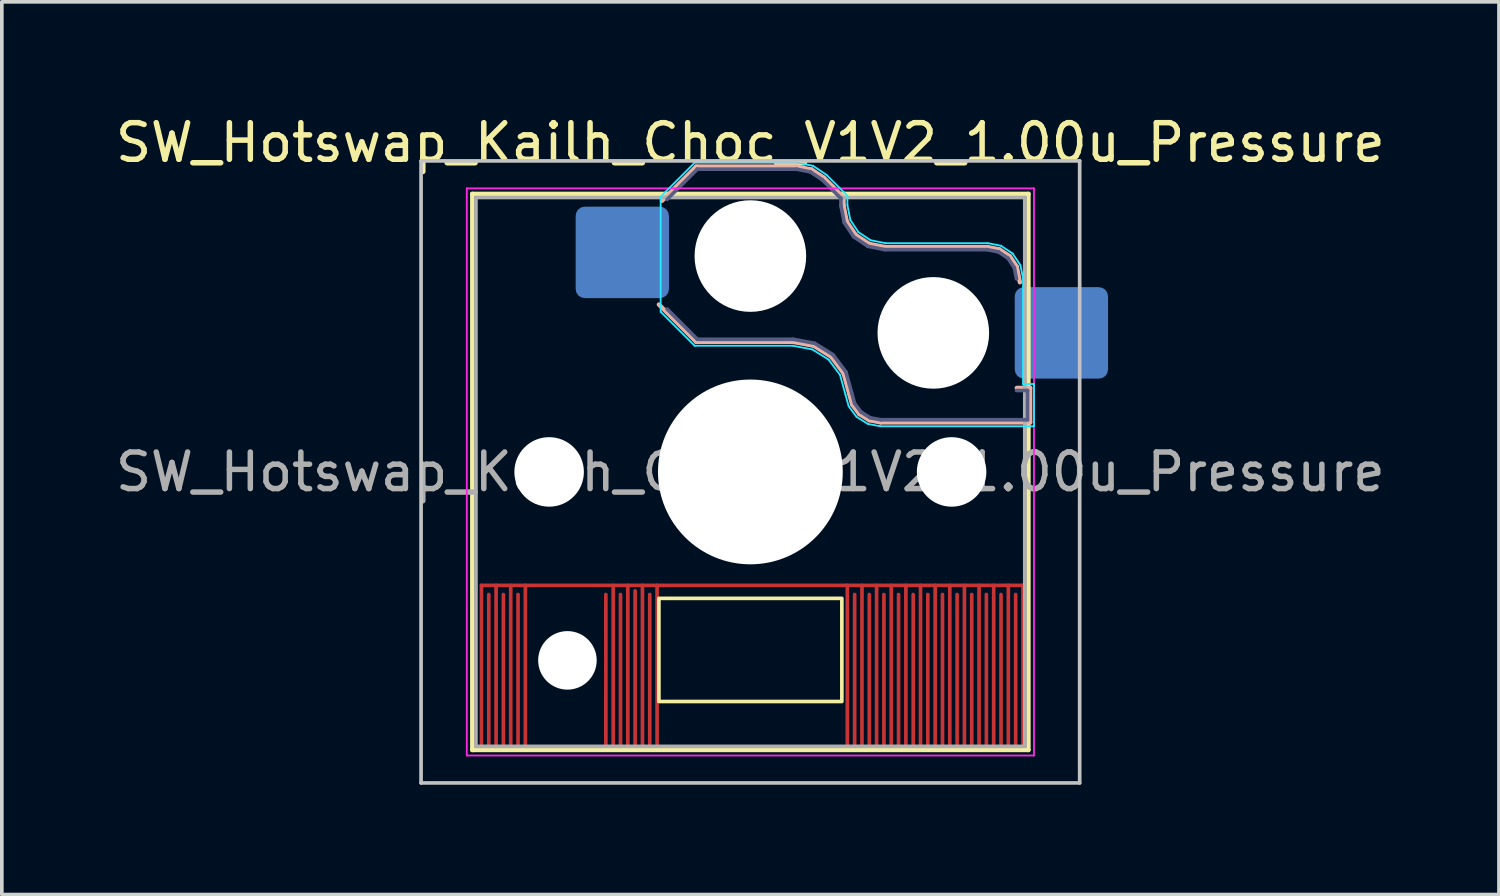
<source format=kicad_pcb>
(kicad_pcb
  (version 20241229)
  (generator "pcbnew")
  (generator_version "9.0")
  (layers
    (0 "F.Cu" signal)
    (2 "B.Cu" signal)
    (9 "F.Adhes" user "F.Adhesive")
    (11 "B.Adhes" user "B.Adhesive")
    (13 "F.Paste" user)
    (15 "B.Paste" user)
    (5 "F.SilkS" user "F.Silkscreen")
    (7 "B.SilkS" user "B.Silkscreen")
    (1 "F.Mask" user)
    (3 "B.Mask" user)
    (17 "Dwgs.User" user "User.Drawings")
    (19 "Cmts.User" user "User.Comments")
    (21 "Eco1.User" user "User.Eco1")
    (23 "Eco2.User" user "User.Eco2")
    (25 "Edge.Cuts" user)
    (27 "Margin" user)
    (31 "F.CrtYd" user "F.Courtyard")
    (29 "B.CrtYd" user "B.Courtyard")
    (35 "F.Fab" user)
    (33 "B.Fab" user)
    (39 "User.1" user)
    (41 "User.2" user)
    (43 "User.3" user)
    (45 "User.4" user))
  (footprint "SW_Hotswap_Kailh_Choc_V1V2_1.00u_Pressure"
    (layer "F.Cu")
    (at 17.458 9.848)
    (property "Reference" "SW_Hotswap_Kailh_Choc_V1V2_1.00u_Pressure" (at 0 -9 0) (layer "F.SilkS") (effects (font (size 1 1) (thickness 0.15))))
    (attr smd)
    (fp_line (start -7.55 3.35) (end -7.55 7.6) (stroke (width 0.1) (type solid)) (layer "F.Cu"))
    (fp_line (start -7.35 3.1) (end -7.35 7.45) (stroke (width 0.1) (type solid)) (layer "F.Cu"))
    (fp_line (start -7.15 3.35) (end -7.15 7.6) (stroke (width 0.1) (type solid)) (layer "F.Cu"))
    (fp_line (start -6.95 3.1) (end -6.95 7.45) (stroke (width 0.1) (type solid)) (layer "F.Cu"))
    (fp_line (start -6.75 3.35) (end -6.75 7.6) (stroke (width 0.1) (type solid)) (layer "F.Cu"))
    (fp_line (start -6.55 3.1) (end -6.55 7.45) (stroke (width 0.1) (type solid)) (layer "F.Cu"))
    (fp_line (start -6.35 3.35) (end -6.35 7.6) (stroke (width 0.1) (type solid)) (layer "F.Cu"))
    (fp_line (start -6.15 3.1) (end -6.15 7.45) (stroke (width 0.1) (type solid)) (layer "F.Cu"))
    (fp_line (start -3.95 3.35) (end -3.95 7.6) (stroke (width 0.1) (type solid)) (layer "F.Cu"))
    (fp_line (start -3.75 3.1) (end -3.75 7.45) (stroke (width 0.1) (type solid)) (layer "F.Cu"))
    (fp_line (start -3.55 3.35) (end -3.55 7.6) (stroke (width 0.1) (type solid)) (layer "F.Cu"))
    (fp_line (start -3.35 3.1) (end -3.35 7.45) (stroke (width 0.1) (type solid)) (layer "F.Cu"))
    (fp_line (start -3.15 3.25) (end -3.15 7.6) (stroke (width 0.1) (type solid)) (layer "F.Cu"))
    (fp_line (start -2.95 3.1) (end -2.95 7.45) (stroke (width 0.1) (type solid)) (layer "F.Cu"))
    (fp_line (start -2.75 3.35) (end -2.75 7.6) (stroke (width 0.1) (type solid)) (layer "F.Cu"))
    (fp_line (start -2.55 3.1) (end -2.55 7.45) (stroke (width 0.1) (type solid)) (layer "F.Cu"))
    (fp_line (start 2.65 3.1) (end 2.65 7.45) (stroke (width 0.1) (type solid)) (layer "F.Cu"))
    (fp_line (start 2.85 3.35) (end 2.85 7.6) (stroke (width 0.1) (type solid)) (layer "F.Cu"))
    (fp_line (start 3.05 3.1) (end 3.05 7.45) (stroke (width 0.1) (type solid)) (layer "F.Cu"))
    (fp_line (start 3.25 3.35) (end 3.25 7.6) (stroke (width 0.1) (type solid)) (layer "F.Cu"))
    (fp_line (start 3.45 3.1) (end 3.45 7.45) (stroke (width 0.1) (type solid)) (layer "F.Cu"))
    (fp_line (start 3.65 3.35) (end 3.65 7.6) (stroke (width 0.1) (type solid)) (layer "F.Cu"))
    (fp_line (start 3.85 3.1) (end 3.85 7.45) (stroke (width 0.1) (type solid)) (layer "F.Cu"))
    (fp_line (start 4.05 3.35) (end 4.05 7.6) (stroke (width 0.1) (type solid)) (layer "F.Cu"))
    (fp_line (start 4.25 3.1) (end 4.25 7.45) (stroke (width 0.1) (type solid)) (layer "F.Cu"))
    (fp_line (start 4.45 3.35) (end 4.45 7.6) (stroke (width 0.1) (type solid)) (layer "F.Cu"))
    (fp_line (start 4.65 3.1) (end 4.65 7.45) (stroke (width 0.1) (type solid)) (layer "F.Cu"))
    (fp_line (start 4.85 3.35) (end 4.85 7.6) (stroke (width 0.1) (type solid)) (layer "F.Cu"))
    (fp_line (start 5.05 3.1) (end 5.05 7.45) (stroke (width 0.1) (type solid)) (layer "F.Cu"))
    (fp_line (start 5.25 3.35) (end 5.25 7.6) (stroke (width 0.1) (type solid)) (layer "F.Cu"))
    (fp_line (start 5.45 3.1) (end 5.45 7.45) (stroke (width 0.1) (type solid)) (layer "F.Cu"))
    (fp_line (start 5.65 3.35) (end 5.65 7.6) (stroke (width 0.1) (type solid)) (layer "F.Cu"))
    (fp_line (start 5.85 3.1) (end 5.85 7.45) (stroke (width 0.1) (type solid)) (layer "F.Cu"))
    (fp_line (start 6.05 3.35) (end 6.05 7.6) (stroke (width 0.1) (type solid)) (layer "F.Cu"))
    (fp_line (start 6.25 3.1) (end 6.25 7.45) (stroke (width 0.1) (type solid)) (layer "F.Cu"))
    (fp_line (start 6.45 3.35) (end 6.45 7.6) (stroke (width 0.1) (type solid)) (layer "F.Cu"))
    (fp_line (start 6.65 3.1) (end 6.65 7.45) (stroke (width 0.1) (type solid)) (layer "F.Cu"))
    (fp_line (start 6.85 3.35) (end 6.85 7.6) (stroke (width 0.1) (type solid)) (layer "F.Cu"))
    (fp_line (start 7.05 3.1) (end 7.05 7.45) (stroke (width 0.1) (type solid)) (layer "F.Cu"))
    (fp_line (start 7.25 3.35) (end 7.25 7.6) (stroke (width 0.1) (type solid)) (layer "F.Cu"))
    (fp_line (start 7.25 7.6) (end -7.55 7.6) (stroke (width 0.1) (type solid)) (layer "F.Cu"))
    (fp_line (start 7.45 3.1) (end -7.35 3.1) (stroke (width 0.1) (type solid)) (layer "F.Cu"))
    (fp_line (start 7.45 3.1) (end 7.45 7.45) (stroke (width 0.1) (type solid)) (layer "F.Cu"))
    (fp_rect (start -7.55 3.1) (end 7.45 7.55) (stroke (width 0.1) (type solid)) (fill yes) (layer "F.Mask"))
    (fp_line (start -7.6 -7.6) (end -7.6 7.6) (stroke (width 0.12) (type solid)) (layer "F.SilkS"))
    (fp_line (start -7.6 7.6) (end 7.6 7.6) (stroke (width 0.12) (type solid)) (layer "F.SilkS"))
    (fp_line (start 7.6 -7.6) (end -7.6 -7.6) (stroke (width 0.12) (type solid)) (layer "F.SilkS"))
    (fp_line (start 7.6 7.6) (end 7.6 -7.6) (stroke (width 0.12) (type solid)) (layer "F.SilkS"))
    (fp_rect (start -2.5 3.455) (end 2.5 6.275) (stroke (width 0.1) (type solid)) (fill no) (layer "F.SilkS"))
    (fp_line (start -2.416 -7.409) (end -1.479 -8.346) (stroke (width 0.12) (type solid)) (layer "B.SilkS"))
    (fp_line (start -1.479 -8.346) (end 1.268 -8.346) (stroke (width 0.12) (type solid)) (layer "B.SilkS"))
    (fp_line (start -1.479 -3.554) (end -2.5 -4.575) (stroke (width 0.12) (type solid)) (layer "B.SilkS"))
    (fp_line (start 1.168 -3.554) (end -1.479 -3.554) (stroke (width 0.12) (type solid)) (layer "B.SilkS"))
    (fp_line (start 1.268 -8.346) (end 1.671 -8.266) (stroke (width 0.12) (type solid)) (layer "B.SilkS"))
    (fp_line (start 1.671 -8.266) (end 2.013 -8.037) (stroke (width 0.12) (type solid)) (layer "B.SilkS"))
    (fp_line (start 1.73 -3.449) (end 1.168 -3.554) (stroke (width 0.12) (type solid)) (layer "B.SilkS"))
    (fp_line (start 2.013 -8.037) (end 2.546 -7.504) (stroke (width 0.12) (type solid)) (layer "B.SilkS"))
    (fp_line (start 2.209 -3.15) (end 1.73 -3.449) (stroke (width 0.12) (type solid)) (layer "B.SilkS"))
    (fp_line (start 2.546 -7.504) (end 2.546 -7.282) (stroke (width 0.12) (type solid)) (layer "B.SilkS"))
    (fp_line (start 2.546 -7.282) (end 2.633 -6.844) (stroke (width 0.12) (type solid)) (layer "B.SilkS"))
    (fp_line (start 2.547 -2.697) (end 2.209 -3.15) (stroke (width 0.12) (type solid)) (layer "B.SilkS"))
    (fp_line (start 2.633 -6.844) (end 2.877 -6.477) (stroke (width 0.12) (type solid)) (layer "B.SilkS"))
    (fp_line (start 2.701 -2.139) (end 2.547 -2.697) (stroke (width 0.12) (type solid)) (layer "B.SilkS"))
    (fp_line (start 2.783 -1.841) (end 2.701 -2.139) (stroke (width 0.12) (type solid)) (layer "B.SilkS"))
    (fp_line (start 2.877 -6.477) (end 3.244 -6.233) (stroke (width 0.12) (type solid)) (layer "B.SilkS"))
    (fp_line (start 2.976 -1.583) (end 2.783 -1.841) (stroke (width 0.12) (type solid)) (layer "B.SilkS"))
    (fp_line (start 3.244 -6.233) (end 3.682 -6.146) (stroke (width 0.12) (type solid)) (layer "B.SilkS"))
    (fp_line (start 3.25 -1.413) (end 2.976 -1.583) (stroke (width 0.12) (type solid)) (layer "B.SilkS"))
    (fp_line (start 3.56 -1.354) (end 3.25 -1.413) (stroke (width 0.12) (type solid)) (layer "B.SilkS"))
    (fp_line (start 3.682 -6.146) (end 6.482 -6.146) (stroke (width 0.12) (type solid)) (layer "B.SilkS"))
    (fp_line (start 6.482 -6.146) (end 6.809 -6.081) (stroke (width 0.12) (type solid)) (layer "B.SilkS"))
    (fp_line (start 6.809 -6.081) (end 7.092 -5.892) (stroke (width 0.12) (type solid)) (layer "B.SilkS"))
    (fp_line (start 7.092 -5.892) (end 7.281 -5.609) (stroke (width 0.12) (type solid)) (layer "B.SilkS"))
    (fp_line (start 7.281 -5.609) (end 7.366 -5.182) (stroke (width 0.12) (type solid)) (layer "B.SilkS"))
    (fp_line (start 7.283 -2.296) (end 7.646 -2.296) (stroke (width 0.12) (type solid)) (layer "B.SilkS"))
    (fp_line (start 7.646 -2.296) (end 7.646 -1.354) (stroke (width 0.12) (type solid)) (layer "B.SilkS"))
    (fp_line (start 7.646 -1.354) (end 3.56 -1.354) (stroke (width 0.12) (type solid)) (layer "B.SilkS"))
    (fp_line (start -9 -8.5) (end -9 8.5) (stroke (width 0.1) (type solid)) (layer "Dwgs.User"))
    (fp_line (start -9 8.5) (end 9 8.5) (stroke (width 0.1) (type solid)) (layer "Dwgs.User"))
    (fp_line (start 9 -8.5) (end -9 -8.5) (stroke (width 0.1) (type solid)) (layer "Dwgs.User"))
    (fp_line (start 9 8.5) (end 9 -8.5) (stroke (width 0.1) (type solid)) (layer "Dwgs.User"))
    (fp_line (start -7.25 -7.25) (end -7.25 7.25) (stroke (width 0.1) (type solid)) (layer "Eco1.User"))
    (fp_line (start -7.25 7.25) (end 7.25 7.25) (stroke (width 0.1) (type solid)) (layer "Eco1.User"))
    (fp_line (start 7.25 -7.25) (end -7.25 -7.25) (stroke (width 0.1) (type solid)) (layer "Eco1.User"))
    (fp_line (start 7.25 7.25) (end 7.25 -7.25) (stroke (width 0.1) (type solid)) (layer "Eco1.User"))
    (fp_line (start -2.452 -7.523) (end -1.523 -8.452) (stroke (width 0.05) (type solid)) (layer "B.CrtYd"))
    (fp_line (start -2.452 -4.377) (end -2.452 -7.523) (stroke (width 0.05) (type solid)) (layer "B.CrtYd"))
    (fp_line (start -1.523 -8.452) (end 1.278 -8.452) (stroke (width 0.05) (type solid)) (layer "B.CrtYd"))
    (fp_line (start -1.523 -3.448) (end -2.452 -4.377) (stroke (width 0.05) (type solid)) (layer "B.CrtYd"))
    (fp_line (start 1.159 -3.448) (end -1.523 -3.448) (stroke (width 0.05) (type solid)) (layer "B.CrtYd"))
    (fp_line (start 1.278 -8.452) (end 1.712 -8.366) (stroke (width 0.05) (type solid)) (layer "B.CrtYd"))
    (fp_line (start 1.691 -3.348) (end 1.159 -3.448) (stroke (width 0.05) (type solid)) (layer "B.CrtYd"))
    (fp_line (start 1.712 -8.366) (end 2.081 -8.119) (stroke (width 0.05) (type solid)) (layer "B.CrtYd"))
    (fp_line (start 2.081 -8.119) (end 2.652 -7.548) (stroke (width 0.05) (type solid)) (layer "B.CrtYd"))
    (fp_line (start 2.136 -3.071) (end 1.691 -3.348) (stroke (width 0.05) (type solid)) (layer "B.CrtYd"))
    (fp_line (start 2.45 -2.65) (end 2.136 -3.071) (stroke (width 0.05) (type solid)) (layer "B.CrtYd"))
    (fp_line (start 2.599 -2.111) (end 2.45 -2.65) (stroke (width 0.05) (type solid)) (layer "B.CrtYd"))
    (fp_line (start 2.652 -7.548) (end 2.652 -7.292) (stroke (width 0.05) (type solid)) (layer "B.CrtYd"))
    (fp_line (start 2.652 -7.292) (end 2.733 -6.885) (stroke (width 0.05) (type solid)) (layer "B.CrtYd"))
    (fp_line (start 2.687 -1.794) (end 2.599 -2.111) (stroke (width 0.05) (type solid)) (layer "B.CrtYd"))
    (fp_line (start 2.733 -6.885) (end 2.953 -6.553) (stroke (width 0.05) (type solid)) (layer "B.CrtYd"))
    (fp_line (start 2.903 -1.503) (end 2.687 -1.794) (stroke (width 0.05) (type solid)) (layer "B.CrtYd"))
    (fp_line (start 2.953 -6.553) (end 3.285 -6.333) (stroke (width 0.05) (type solid)) (layer "B.CrtYd"))
    (fp_line (start 3.211 -1.312) (end 2.903 -1.503) (stroke (width 0.05) (type solid)) (layer "B.CrtYd"))
    (fp_line (start 3.285 -6.333) (end 3.692 -6.252) (stroke (width 0.05) (type solid)) (layer "B.CrtYd"))
    (fp_line (start 3.55 -1.248) (end 3.211 -1.312) (stroke (width 0.05) (type solid)) (layer "B.CrtYd"))
    (fp_line (start 3.692 -6.252) (end 6.492 -6.252) (stroke (width 0.05) (type solid)) (layer "B.CrtYd"))
    (fp_line (start 6.492 -6.252) (end 6.85 -6.181) (stroke (width 0.05) (type solid)) (layer "B.CrtYd"))
    (fp_line (start 6.85 -6.181) (end 7.168 -5.968) (stroke (width 0.05) (type solid)) (layer "B.CrtYd"))
    (fp_line (start 7.168 -5.968) (end 7.381 -5.65) (stroke (width 0.05) (type solid)) (layer "B.CrtYd"))
    (fp_line (start 7.381 -5.65) (end 7.452 -5.292) (stroke (width 0.05) (type solid)) (layer "B.CrtYd"))
    (fp_line (start 7.452 -5.292) (end 7.452 -2.402) (stroke (width 0.05) (type solid)) (layer "B.CrtYd"))
    (fp_line (start 7.452 -2.402) (end 7.752 -2.402) (stroke (width 0.05) (type solid)) (layer "B.CrtYd"))
    (fp_line (start 7.752 -2.402) (end 7.752 -1.248) (stroke (width 0.05) (type solid)) (layer "B.CrtYd"))
    (fp_line (start 7.752 -1.248) (end 3.55 -1.248) (stroke (width 0.05) (type solid)) (layer "B.CrtYd"))
    (fp_line (start -7.75 -7.75) (end -7.75 7.75) (stroke (width 0.05) (type solid)) (layer "F.CrtYd"))
    (fp_line (start -7.75 7.75) (end 7.75 7.75) (stroke (width 0.05) (type solid)) (layer "F.CrtYd"))
    (fp_line (start 7.75 -7.75) (end -7.75 -7.75) (stroke (width 0.05) (type solid)) (layer "F.CrtYd"))
    (fp_line (start 7.75 7.75) (end 7.75 -7.75) (stroke (width 0.05) (type solid)) (layer "F.CrtYd"))
    (fp_line (start -2.275 -7.45) (end -1.45 -8.275) (stroke (width 0.1) (type solid)) (layer "B.Fab"))
    (fp_line (start -1.45 -8.275) (end 1.261 -8.275) (stroke (width 0.1) (type solid)) (layer "B.Fab"))
    (fp_line (start -1.45 -3.625) (end -2.275 -4.45) (stroke (width 0.1) (type solid)) (layer "B.Fab"))
    (fp_line (start 1.175 -3.625) (end -1.45 -3.625) (stroke (width 0.1) (type solid)) (layer "B.Fab"))
    (fp_line (start 1.261 -8.275) (end 1.643 -8.199) (stroke (width 0.1) (type solid)) (layer "B.Fab"))
    (fp_line (start 1.643 -8.199) (end 1.968 -7.982) (stroke (width 0.1) (type solid)) (layer "B.Fab"))
    (fp_line (start 1.756 -3.516) (end 1.175 -3.625) (stroke (width 0.1) (type solid)) (layer "B.Fab"))
    (fp_line (start 1.968 -7.982) (end 2.475 -7.475) (stroke (width 0.1) (type solid)) (layer "B.Fab"))
    (fp_line (start 2.258 -3.203) (end 1.756 -3.516) (stroke (width 0.1) (type solid)) (layer "B.Fab"))
    (fp_line (start 2.475 -7.475) (end 2.475 -7.275) (stroke (width 0.1) (type solid)) (layer "B.Fab"))
    (fp_line (start 2.475 -7.275) (end 2.566 -6.816) (stroke (width 0.1) (type solid)) (layer "B.Fab"))
    (fp_line (start 2.566 -6.816) (end 2.826 -6.426) (stroke (width 0.1) (type solid)) (layer "B.Fab"))
    (fp_line (start 2.612 -2.729) (end 2.258 -3.203) (stroke (width 0.1) (type solid)) (layer "B.Fab"))
    (fp_line (start 2.769 -2.158) (end 2.612 -2.729) (stroke (width 0.1) (type solid)) (layer "B.Fab"))
    (fp_line (start 2.826 -6.426) (end 3.216 -6.166) (stroke (width 0.1) (type solid)) (layer "B.Fab"))
    (fp_line (start 2.848 -1.873) (end 2.769 -2.158) (stroke (width 0.1) (type solid)) (layer "B.Fab"))
    (fp_line (start 3.025 -1.636) (end 2.848 -1.873) (stroke (width 0.1) (type solid)) (layer "B.Fab"))
    (fp_line (start 3.216 -6.166) (end 3.675 -6.075) (stroke (width 0.1) (type solid)) (layer "B.Fab"))
    (fp_line (start 3.276 -1.48) (end 3.025 -1.636) (stroke (width 0.1) (type solid)) (layer "B.Fab"))
    (fp_line (start 3.567 -1.425) (end 3.276 -1.48) (stroke (width 0.1) (type solid)) (layer "B.Fab"))
    (fp_line (start 3.675 -6.075) (end 6.475 -6.075) (stroke (width 0.1) (type solid)) (layer "B.Fab"))
    (fp_line (start 6.475 -6.075) (end 6.781 -6.014) (stroke (width 0.1) (type solid)) (layer "B.Fab"))
    (fp_line (start 6.781 -6.014) (end 7.041 -5.841) (stroke (width 0.1) (type solid)) (layer "B.Fab"))
    (fp_line (start 7.041 -5.841) (end 7.214 -5.581) (stroke (width 0.1) (type solid)) (layer "B.Fab"))
    (fp_line (start 7.214 -5.581) (end 7.275 -5.275) (stroke (width 0.1) (type solid)) (layer "B.Fab"))
    (fp_line (start 7.275 -2.225) (end 7.575 -2.225) (stroke (width 0.1) (type solid)) (layer "B.Fab"))
    (fp_line (start 7.575 -2.225) (end 7.575 -1.425) (stroke (width 0.1) (type solid)) (layer "B.Fab"))
    (fp_line (start 7.575 -1.425) (end 3.567 -1.425) (stroke (width 0.1) (type solid)) (layer "B.Fab"))
    (fp_line (start -7.5 -7.5) (end -7.5 7.5) (stroke (width 0.1) (type solid)) (layer "F.Fab"))
    (fp_line (start -7.5 7.5) (end 7.5 7.5) (stroke (width 0.1) (type solid)) (layer "F.Fab"))
    (fp_line (start 7.5 -7.5) (end -7.5 -7.5) (stroke (width 0.1) (type solid)) (layer "F.Fab"))
    (fp_line (start 7.5 7.5) (end 7.5 -7.5) (stroke (width 0.1) (type solid)) (layer "F.Fab"))
    (fp_text user "${REFERENCE}" (at 0 0 0) (layer "F.Fab") (effects (font (size 1 1) (thickness 0.15))))
    (pad "" np_thru_hole circle (at -5.5 0) (size 1.9 1.9) (drill 1.9) (layers "*.Cu" "*.Mask"))
    (pad "" np_thru_hole circle (at -5 5.15) (size 1.6 1.6) (drill 1.6) (layers "*.Cu" "*.Mask"))
    (pad "" np_thru_hole circle (at 0 -5.9) (size 3.05 3.05) (drill 3.05) (layers "*.Cu" "*.Mask"))
    (pad "" np_thru_hole circle (at 0 0) (size 5.05 5.05) (drill 5.05) (layers "*.Cu" "*.Mask"))
    (pad "" np_thru_hole circle (at 5 -3.8) (size 3.05 3.05) (drill 3.05) (layers "*.Cu" "*.Mask"))
    (pad "" np_thru_hole circle (at 5.5 0) (size 1.9 1.9) (drill 1.9) (layers "*.Cu" "*.Mask"))
    (pad "1" smd roundrect (at -3.5 -6) (size 2.55 2.5) (layers "B.Cu" "B.Mask" "B.Paste") (roundrect_rratio 0.1))
    (pad "2" smd roundrect (at 8.5 -3.8) (size 2.55 2.5) (layers "B.Cu" "B.Mask" "B.Paste") (roundrect_rratio 0.1)))
  (gr_rect
    (start -3 -3)
    (end 37.917 21.398)
    (stroke (width 0.1) (type default))
    (fill no)
    (layer "Edge.Cuts")))
</source>
